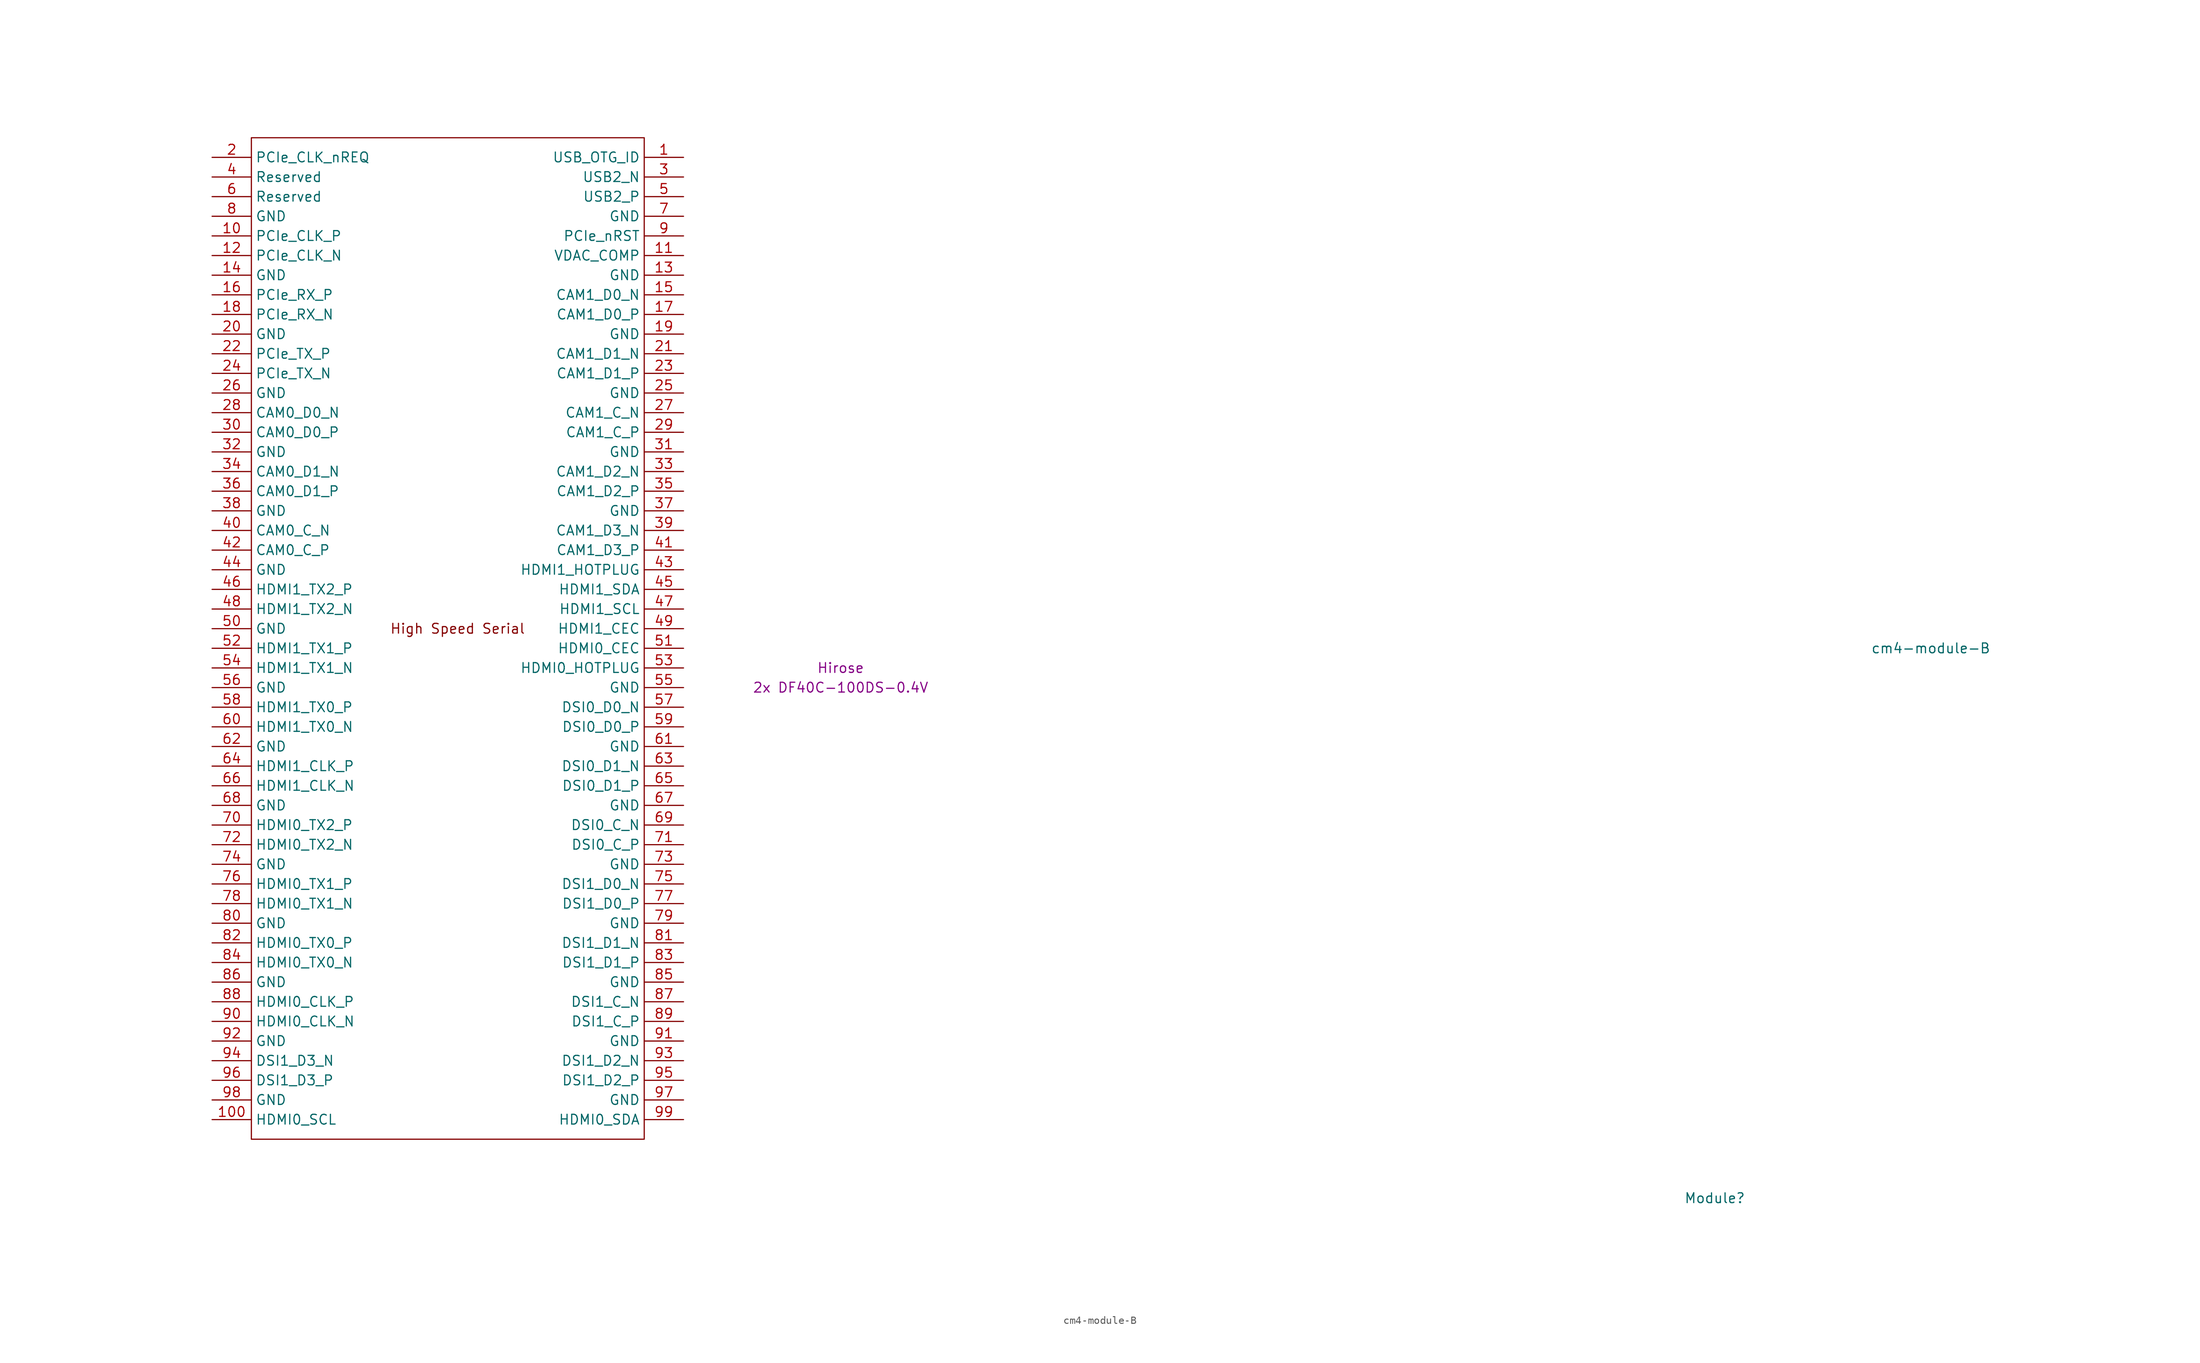
<source format=kicad_sym>
(kicad_symbol_lib
  (version 20201005)
  (generator kicad_symbol_editor)
  (symbol "cm4crypto:cm4-module-B"
    (property "Reference" "Module"
      (at 113.03 -68.58 0)
      (effects (font (size 1.27 1.27))))
    (property "Value" "cm4-module-B"
      (at 140.97 2.54 0)
      (effects (font (size 1.27 1.27))))
    (property "Field4" "Hirose"
      (at 0 0 0)
      (effects (font (size 1.27 1.27))))
    (property "Field5" "2x DF40C-100DS-0.4V"
      (at 0 -2.54 0)
      (effects (font (size 1.27 1.27))))
    (symbol "cm4-module-B_1_1"
      (text "High Speed Serial" (at -49.53 5.08 0) (effects (font (size 1.27 1.27))))
      (rectangle (start -76.2 -60.96) (end -25.4 68.58) (stroke (width 0)) (fill (type none)))
      (pin input line (at -20.32 66.04 180) (length 5.08) (name "USB_OTG_ID" (effects (font (size 1.27 1.27)))) (number "1" (effects (font (size 1.27 1.27)))))
      (pin output line (at -81.28 55.88 0) (length 5.08) (name "PCIe_CLK_P" (effects (font (size 1.27 1.27)))) (number "10" (effects (font (size 1.27 1.27)))))
      (pin open_collector line (at -81.28 -58.42 0) (length 5.08) (name "HDMI0_SCL" (effects (font (size 1.27 1.27)))) (number "100" (effects (font (size 1.27 1.27)))))
      (pin passive line (at -20.32 53.34 180) (length 5.08) (name "VDAC_COMP" (effects (font (size 1.27 1.27)))) (number "11" (effects (font (size 1.27 1.27)))))
      (pin output line (at -81.28 53.34 0) (length 5.08) (name "PCIe_CLK_N" (effects (font (size 1.27 1.27)))) (number "12" (effects (font (size 1.27 1.27)))))
      (pin power_in line (at -20.32 50.8 180) (length 5.08) (name "GND" (effects (font (size 1.27 1.27)))) (number "13" (effects (font (size 1.27 1.27)))))
      (pin power_in line (at -81.28 50.8 0) (length 5.08) (name "GND" (effects (font (size 1.27 1.27)))) (number "14" (effects (font (size 1.27 1.27)))))
      (pin input line (at -20.32 48.26 180) (length 5.08) (name "CAM1_D0_N" (effects (font (size 1.27 1.27)))) (number "15" (effects (font (size 1.27 1.27)))))
      (pin input line (at -81.28 48.26 0) (length 5.08) (name "PCIe_RX_P" (effects (font (size 1.27 1.27)))) (number "16" (effects (font (size 1.27 1.27)))))
      (pin input line (at -20.32 45.72 180) (length 5.08) (name "CAM1_D0_P" (effects (font (size 1.27 1.27)))) (number "17" (effects (font (size 1.27 1.27)))))
      (pin input line (at -81.28 45.72 0) (length 5.08) (name "PCIe_RX_N" (effects (font (size 1.27 1.27)))) (number "18" (effects (font (size 1.27 1.27)))))
      (pin power_in line (at -20.32 43.18 180) (length 5.08) (name "GND" (effects (font (size 1.27 1.27)))) (number "19" (effects (font (size 1.27 1.27)))))
      (pin input line (at -81.28 66.04 0) (length 5.08) (name "PCIe_CLK_nREQ" (effects (font (size 1.27 1.27)))) (number "2" (effects (font (size 1.27 1.27)))))
      (pin power_in line (at -81.28 43.18 0) (length 5.08) (name "GND" (effects (font (size 1.27 1.27)))) (number "20" (effects (font (size 1.27 1.27)))))
      (pin input line (at -20.32 40.64 180) (length 5.08) (name "CAM1_D1_N" (effects (font (size 1.27 1.27)))) (number "21" (effects (font (size 1.27 1.27)))))
      (pin output line (at -81.28 40.64 0) (length 5.08) (name "PCIe_TX_P" (effects (font (size 1.27 1.27)))) (number "22" (effects (font (size 1.27 1.27)))))
      (pin input line (at -20.32 38.1 180) (length 5.08) (name "CAM1_D1_P" (effects (font (size 1.27 1.27)))) (number "23" (effects (font (size 1.27 1.27)))))
      (pin output line (at -81.28 38.1 0) (length 5.08) (name "PCIe_TX_N" (effects (font (size 1.27 1.27)))) (number "24" (effects (font (size 1.27 1.27)))))
      (pin power_in line (at -20.32 35.56 180) (length 5.08) (name "GND" (effects (font (size 1.27 1.27)))) (number "25" (effects (font (size 1.27 1.27)))))
      (pin power_in line (at -81.28 35.56 0) (length 5.08) (name "GND" (effects (font (size 1.27 1.27)))) (number "26" (effects (font (size 1.27 1.27)))))
      (pin input line (at -20.32 33.02 180) (length 5.08) (name "CAM1_C_N" (effects (font (size 1.27 1.27)))) (number "27" (effects (font (size 1.27 1.27)))))
      (pin input line (at -81.28 33.02 0) (length 5.08) (name "CAM0_D0_N" (effects (font (size 1.27 1.27)))) (number "28" (effects (font (size 1.27 1.27)))))
      (pin input line (at -20.32 30.48 180) (length 5.08) (name "CAM1_C_P" (effects (font (size 1.27 1.27)))) (number "29" (effects (font (size 1.27 1.27)))))
      (pin passive line (at -20.32 63.5 180) (length 5.08) (name "USB2_N" (effects (font (size 1.27 1.27)))) (number "3" (effects (font (size 1.27 1.27)))))
      (pin input line (at -81.28 30.48 0) (length 5.08) (name "CAM0_D0_P" (effects (font (size 1.27 1.27)))) (number "30" (effects (font (size 1.27 1.27)))))
      (pin power_in line (at -20.32 27.94 180) (length 5.08) (name "GND" (effects (font (size 1.27 1.27)))) (number "31" (effects (font (size 1.27 1.27)))))
      (pin power_in line (at -81.28 27.94 0) (length 5.08) (name "GND" (effects (font (size 1.27 1.27)))) (number "32" (effects (font (size 1.27 1.27)))))
      (pin input line (at -20.32 25.4 180) (length 5.08) (name "CAM1_D2_N" (effects (font (size 1.27 1.27)))) (number "33" (effects (font (size 1.27 1.27)))))
      (pin input line (at -81.28 25.4 0) (length 5.08) (name "CAM0_D1_N" (effects (font (size 1.27 1.27)))) (number "34" (effects (font (size 1.27 1.27)))))
      (pin input line (at -20.32 22.86 180) (length 5.08) (name "CAM1_D2_P" (effects (font (size 1.27 1.27)))) (number "35" (effects (font (size 1.27 1.27)))))
      (pin input line (at -81.28 22.86 0) (length 5.08) (name "CAM0_D1_P" (effects (font (size 1.27 1.27)))) (number "36" (effects (font (size 1.27 1.27)))))
      (pin power_in line (at -20.32 20.32 180) (length 5.08) (name "GND" (effects (font (size 1.27 1.27)))) (number "37" (effects (font (size 1.27 1.27)))))
      (pin power_in line (at -81.28 20.32 0) (length 5.08) (name "GND" (effects (font (size 1.27 1.27)))) (number "38" (effects (font (size 1.27 1.27)))))
      (pin input line (at -20.32 17.78 180) (length 5.08) (name "CAM1_D3_N" (effects (font (size 1.27 1.27)))) (number "39" (effects (font (size 1.27 1.27)))))
      (pin passive line (at -81.28 63.5 0) (length 5.08) (name "Reserved" (effects (font (size 1.27 1.27)))) (number "4" (effects (font (size 1.27 1.27)))))
      (pin input line (at -81.28 17.78 0) (length 5.08) (name "CAM0_C_N" (effects (font (size 1.27 1.27)))) (number "40" (effects (font (size 1.27 1.27)))))
      (pin input line (at -20.32 15.24 180) (length 5.08) (name "CAM1_D3_P" (effects (font (size 1.27 1.27)))) (number "41" (effects (font (size 1.27 1.27)))))
      (pin input line (at -81.28 15.24 0) (length 5.08) (name "CAM0_C_P" (effects (font (size 1.27 1.27)))) (number "42" (effects (font (size 1.27 1.27)))))
      (pin input line (at -20.32 12.7 180) (length 5.08) (name "HDMI1_HOTPLUG" (effects (font (size 1.27 1.27)))) (number "43" (effects (font (size 1.27 1.27)))))
      (pin power_in line (at -81.28 12.7 0) (length 5.08) (name "GND" (effects (font (size 1.27 1.27)))) (number "44" (effects (font (size 1.27 1.27)))))
      (pin bidirectional line (at -20.32 10.16 180) (length 5.08) (name "HDMI1_SDA" (effects (font (size 1.27 1.27)))) (number "45" (effects (font (size 1.27 1.27)))))
      (pin output line (at -81.28 10.16 0) (length 5.08) (name "HDMI1_TX2_P" (effects (font (size 1.27 1.27)))) (number "46" (effects (font (size 1.27 1.27)))))
      (pin open_collector line (at -20.32 7.62 180) (length 5.08) (name "HDMI1_SCL" (effects (font (size 1.27 1.27)))) (number "47" (effects (font (size 1.27 1.27)))))
      (pin output line (at -81.28 7.62 0) (length 5.08) (name "HDMI1_TX2_N" (effects (font (size 1.27 1.27)))) (number "48" (effects (font (size 1.27 1.27)))))
      (pin open_collector line (at -20.32 5.08 180) (length 5.08) (name "HDMI1_CEC" (effects (font (size 1.27 1.27)))) (number "49" (effects (font (size 1.27 1.27)))))
      (pin passive line (at -20.32 60.96 180) (length 5.08) (name "USB2_P" (effects (font (size 1.27 1.27)))) (number "5" (effects (font (size 1.27 1.27)))))
      (pin power_in line (at -81.28 5.08 0) (length 5.08) (name "GND" (effects (font (size 1.27 1.27)))) (number "50" (effects (font (size 1.27 1.27)))))
      (pin open_collector line (at -20.32 2.54 180) (length 5.08) (name "HDMI0_CEC" (effects (font (size 1.27 1.27)))) (number "51" (effects (font (size 1.27 1.27)))))
      (pin output line (at -81.28 2.54 0) (length 5.08) (name "HDMI1_TX1_P" (effects (font (size 1.27 1.27)))) (number "52" (effects (font (size 1.27 1.27)))))
      (pin input line (at -20.32 0 180) (length 5.08) (name "HDMI0_HOTPLUG" (effects (font (size 1.27 1.27)))) (number "53" (effects (font (size 1.27 1.27)))))
      (pin output line (at -81.28 0 0) (length 5.08) (name "HDMI1_TX1_N" (effects (font (size 1.27 1.27)))) (number "54" (effects (font (size 1.27 1.27)))))
      (pin power_in line (at -20.32 -2.54 180) (length 5.08) (name "GND" (effects (font (size 1.27 1.27)))) (number "55" (effects (font (size 1.27 1.27)))))
      (pin power_in line (at -81.28 -2.54 0) (length 5.08) (name "GND" (effects (font (size 1.27 1.27)))) (number "56" (effects (font (size 1.27 1.27)))))
      (pin output line (at -20.32 -5.08 180) (length 5.08) (name "DSI0_D0_N" (effects (font (size 1.27 1.27)))) (number "57" (effects (font (size 1.27 1.27)))))
      (pin output line (at -81.28 -5.08 0) (length 5.08) (name "HDMI1_TX0_P" (effects (font (size 1.27 1.27)))) (number "58" (effects (font (size 1.27 1.27)))))
      (pin output line (at -20.32 -7.62 180) (length 5.08) (name "DSI0_D0_P" (effects (font (size 1.27 1.27)))) (number "59" (effects (font (size 1.27 1.27)))))
      (pin passive line (at -81.28 60.96 0) (length 5.08) (name "Reserved" (effects (font (size 1.27 1.27)))) (number "6" (effects (font (size 1.27 1.27)))))
      (pin output line (at -81.28 -7.62 0) (length 5.08) (name "HDMI1_TX0_N" (effects (font (size 1.27 1.27)))) (number "60" (effects (font (size 1.27 1.27)))))
      (pin power_in line (at -20.32 -10.16 180) (length 5.08) (name "GND" (effects (font (size 1.27 1.27)))) (number "61" (effects (font (size 1.27 1.27)))))
      (pin power_in line (at -81.28 -10.16 0) (length 5.08) (name "GND" (effects (font (size 1.27 1.27)))) (number "62" (effects (font (size 1.27 1.27)))))
      (pin output line (at -20.32 -12.7 180) (length 5.08) (name "DSI0_D1_N" (effects (font (size 1.27 1.27)))) (number "63" (effects (font (size 1.27 1.27)))))
      (pin output line (at -81.28 -12.7 0) (length 5.08) (name "HDMI1_CLK_P" (effects (font (size 1.27 1.27)))) (number "64" (effects (font (size 1.27 1.27)))))
      (pin output line (at -20.32 -15.24 180) (length 5.08) (name "DSI0_D1_P" (effects (font (size 1.27 1.27)))) (number "65" (effects (font (size 1.27 1.27)))))
      (pin output line (at -81.28 -15.24 0) (length 5.08) (name "HDMI1_CLK_N" (effects (font (size 1.27 1.27)))) (number "66" (effects (font (size 1.27 1.27)))))
      (pin power_in line (at -20.32 -17.78 180) (length 5.08) (name "GND" (effects (font (size 1.27 1.27)))) (number "67" (effects (font (size 1.27 1.27)))))
      (pin power_in line (at -81.28 -17.78 0) (length 5.08) (name "GND" (effects (font (size 1.27 1.27)))) (number "68" (effects (font (size 1.27 1.27)))))
      (pin output line (at -20.32 -20.32 180) (length 5.08) (name "DSI0_C_N" (effects (font (size 1.27 1.27)))) (number "69" (effects (font (size 1.27 1.27)))))
      (pin power_in line (at -20.32 58.42 180) (length 5.08) (name "GND" (effects (font (size 1.27 1.27)))) (number "7" (effects (font (size 1.27 1.27)))))
      (pin output line (at -81.28 -20.32 0) (length 5.08) (name "HDMI0_TX2_P" (effects (font (size 1.27 1.27)))) (number "70" (effects (font (size 1.27 1.27)))))
      (pin output line (at -20.32 -22.86 180) (length 5.08) (name "DSI0_C_P" (effects (font (size 1.27 1.27)))) (number "71" (effects (font (size 1.27 1.27)))))
      (pin output line (at -81.28 -22.86 0) (length 5.08) (name "HDMI0_TX2_N" (effects (font (size 1.27 1.27)))) (number "72" (effects (font (size 1.27 1.27)))))
      (pin power_in line (at -20.32 -25.4 180) (length 5.08) (name "GND" (effects (font (size 1.27 1.27)))) (number "73" (effects (font (size 1.27 1.27)))))
      (pin power_in line (at -81.28 -25.4 0) (length 5.08) (name "GND" (effects (font (size 1.27 1.27)))) (number "74" (effects (font (size 1.27 1.27)))))
      (pin output line (at -20.32 -27.94 180) (length 5.08) (name "DSI1_D0_N" (effects (font (size 1.27 1.27)))) (number "75" (effects (font (size 1.27 1.27)))))
      (pin output line (at -81.28 -27.94 0) (length 5.08) (name "HDMI0_TX1_P" (effects (font (size 1.27 1.27)))) (number "76" (effects (font (size 1.27 1.27)))))
      (pin output line (at -20.32 -30.48 180) (length 5.08) (name "DSI1_D0_P" (effects (font (size 1.27 1.27)))) (number "77" (effects (font (size 1.27 1.27)))))
      (pin output line (at -81.28 -30.48 0) (length 5.08) (name "HDMI0_TX1_N" (effects (font (size 1.27 1.27)))) (number "78" (effects (font (size 1.27 1.27)))))
      (pin power_in line (at -20.32 -33.02 180) (length 5.08) (name "GND" (effects (font (size 1.27 1.27)))) (number "79" (effects (font (size 1.27 1.27)))))
      (pin power_in line (at -81.28 58.42 0) (length 5.08) (name "GND" (effects (font (size 1.27 1.27)))) (number "8" (effects (font (size 1.27 1.27)))))
      (pin power_in line (at -81.28 -33.02 0) (length 5.08) (name "GND" (effects (font (size 1.27 1.27)))) (number "80" (effects (font (size 1.27 1.27)))))
      (pin output line (at -20.32 -35.56 180) (length 5.08) (name "DSI1_D1_N" (effects (font (size 1.27 1.27)))) (number "81" (effects (font (size 1.27 1.27)))))
      (pin output line (at -81.28 -35.56 0) (length 5.08) (name "HDMI0_TX0_P" (effects (font (size 1.27 1.27)))) (number "82" (effects (font (size 1.27 1.27)))))
      (pin output line (at -20.32 -38.1 180) (length 5.08) (name "DSI1_D1_P" (effects (font (size 1.27 1.27)))) (number "83" (effects (font (size 1.27 1.27)))))
      (pin output line (at -81.28 -38.1 0) (length 5.08) (name "HDMI0_TX0_N" (effects (font (size 1.27 1.27)))) (number "84" (effects (font (size 1.27 1.27)))))
      (pin power_in line (at -20.32 -40.64 180) (length 5.08) (name "GND" (effects (font (size 1.27 1.27)))) (number "85" (effects (font (size 1.27 1.27)))))
      (pin power_in line (at -81.28 -40.64 0) (length 5.08) (name "GND" (effects (font (size 1.27 1.27)))) (number "86" (effects (font (size 1.27 1.27)))))
      (pin output line (at -20.32 -43.18 180) (length 5.08) (name "DSI1_C_N" (effects (font (size 1.27 1.27)))) (number "87" (effects (font (size 1.27 1.27)))))
      (pin output line (at -81.28 -43.18 0) (length 5.08) (name "HDMI0_CLK_P" (effects (font (size 1.27 1.27)))) (number "88" (effects (font (size 1.27 1.27)))))
      (pin output line (at -20.32 -45.72 180) (length 5.08) (name "DSI1_C_P" (effects (font (size 1.27 1.27)))) (number "89" (effects (font (size 1.27 1.27)))))
      (pin bidirectional line (at -20.32 55.88 180) (length 5.08) (name "PCIe_nRST" (effects (font (size 1.27 1.27)))) (number "9" (effects (font (size 1.27 1.27)))))
      (pin output line (at -81.28 -45.72 0) (length 5.08) (name "HDMI0_CLK_N" (effects (font (size 1.27 1.27)))) (number "90" (effects (font (size 1.27 1.27)))))
      (pin power_in line (at -20.32 -48.26 180) (length 5.08) (name "GND" (effects (font (size 1.27 1.27)))) (number "91" (effects (font (size 1.27 1.27)))))
      (pin power_in line (at -81.28 -48.26 0) (length 5.08) (name "GND" (effects (font (size 1.27 1.27)))) (number "92" (effects (font (size 1.27 1.27)))))
      (pin output line (at -20.32 -50.8 180) (length 5.08) (name "DSI1_D2_N" (effects (font (size 1.27 1.27)))) (number "93" (effects (font (size 1.27 1.27)))))
      (pin output line (at -81.28 -50.8 0) (length 5.08) (name "DSI1_D3_N" (effects (font (size 1.27 1.27)))) (number "94" (effects (font (size 1.27 1.27)))))
      (pin output line (at -20.32 -53.34 180) (length 5.08) (name "DSI1_D2_P" (effects (font (size 1.27 1.27)))) (number "95" (effects (font (size 1.27 1.27)))))
      (pin output line (at -81.28 -53.34 0) (length 5.08) (name "DSI1_D3_P" (effects (font (size 1.27 1.27)))) (number "96" (effects (font (size 1.27 1.27)))))
      (pin power_in line (at -20.32 -55.88 180) (length 5.08) (name "GND" (effects (font (size 1.27 1.27)))) (number "97" (effects (font (size 1.27 1.27)))))
      (pin power_in line (at -81.28 -55.88 0) (length 5.08) (name "GND" (effects (font (size 1.27 1.27)))) (number "98" (effects (font (size 1.27 1.27)))))
      (pin bidirectional line (at -20.32 -58.42 180) (length 5.08) (name "HDMI0_SDA" (effects (font (size 1.27 1.27)))) (number "99" (effects (font (size 1.27 1.27))))))))
</source>
